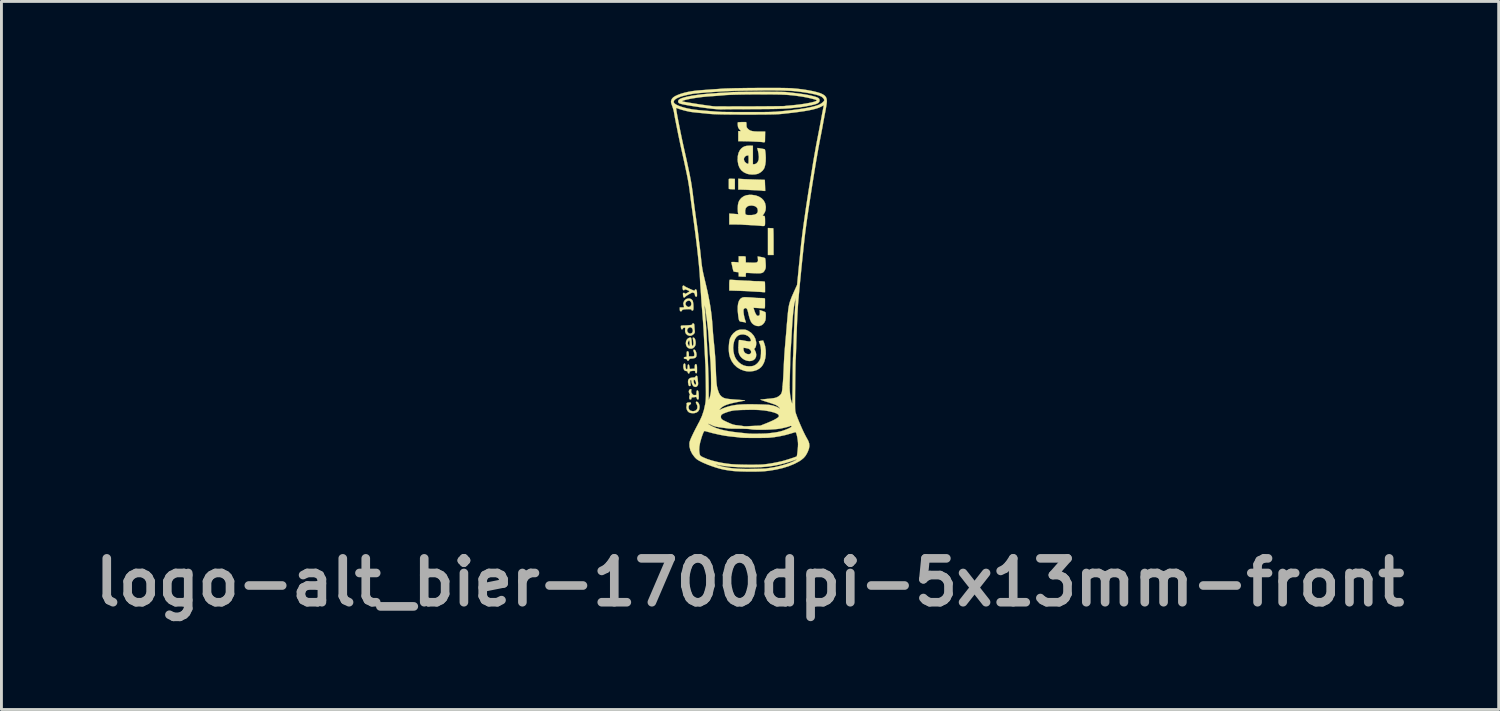
<source format=kicad_pcb>
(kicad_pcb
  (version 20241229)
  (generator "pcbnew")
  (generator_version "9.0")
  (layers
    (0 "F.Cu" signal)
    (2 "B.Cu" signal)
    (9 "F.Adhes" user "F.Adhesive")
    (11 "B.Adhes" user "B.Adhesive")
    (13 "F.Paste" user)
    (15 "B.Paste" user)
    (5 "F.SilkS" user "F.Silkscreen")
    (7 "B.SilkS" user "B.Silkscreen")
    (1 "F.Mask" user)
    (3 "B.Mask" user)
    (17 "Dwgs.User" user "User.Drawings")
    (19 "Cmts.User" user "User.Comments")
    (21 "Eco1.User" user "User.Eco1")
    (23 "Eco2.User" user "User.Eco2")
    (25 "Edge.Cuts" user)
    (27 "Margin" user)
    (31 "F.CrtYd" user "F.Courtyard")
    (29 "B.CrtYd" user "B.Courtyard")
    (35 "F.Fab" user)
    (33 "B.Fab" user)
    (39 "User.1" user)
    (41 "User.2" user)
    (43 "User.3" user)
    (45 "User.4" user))
  (footprint "logo-alt_bier-1700dpi-5x13mm-front"
    (layer "F.Cu")
    (at 22.962 6.661)
    (property "Reference" "logo-alt_bier-1700dpi-5x13mm-front" (at 0.05 10.525 0) (layer "F.Fab") (effects (font (size 1.524 1.524) (thickness 0.3))))
    (attr through_hole)
    (fp_poly (pts (xy 0.758 -1.784) (xy 0.807 -1.782) (xy 0.843 -1.78) (xy 0.855 -1.779) (xy 0.858 -1.765) (xy 0.861 -1.724) (xy 0.863 -1.66) (xy 0.865 -1.577) (xy 0.866 -1.479) (xy 0.867 -1.369) (xy 0.867 -1.315) (xy 0.867 -0.852) (xy 0.672 -0.852) (xy 0.672 -1.788) (xy 0.758 -1.784)) (stroke (width 0.01) (type solid)) (fill yes) (layer "F.SilkS"))
    (fp_poly (pts (xy -0.583 -3.499) (xy -0.478 -3.494) (xy -0.478 -3.138) (xy -0.583 -3.138) (xy -0.644 -3.14) (xy -0.678 -3.146) (xy -0.688 -3.156) (xy -0.688 -3.186) (xy -0.689 -3.236) (xy -0.689 -3.296) (xy -0.689 -3.359) (xy -0.689 -3.416) (xy -0.689 -3.46) (xy -0.688 -3.481) (xy -0.682 -3.493) (xy -0.662 -3.499) (xy -0.621 -3.5) (xy -0.583 -3.499)) (stroke (width 0.01) (type solid)) (fill yes) (layer "F.SilkS"))
    (fp_poly (pts (xy -0.22 -3.491) (xy -0.162 -3.487) (xy -0.081 -3.484) (xy 0.015 -3.48) (xy 0.12 -3.476) (xy 0.226 -3.472) (xy 0.239 -3.472) (xy 0.334 -3.469) (xy 0.417 -3.467) (xy 0.486 -3.464) (xy 0.535 -3.462) (xy 0.56 -3.461) (xy 0.562 -3.461) (xy 0.564 -3.446) (xy 0.566 -3.407) (xy 0.568 -3.35) (xy 0.57 -3.279) (xy 0.571 -3.268) (xy 0.577 -3.078) (xy 0.53 -3.078) (xy 0.495 -3.08) (xy 0.476 -3.085) (xy 0.476 -3.085) (xy 0.46 -3.088) (xy 0.419 -3.091) (xy 0.358 -3.095) (xy 0.284 -3.099) (xy 0.246 -3.101) (xy 0.16 -3.105) (xy 0.078 -3.108) (xy 0.009 -3.112) (xy -0.042 -3.115) (xy -0.052 -3.115) (xy -0.106 -3.118) (xy -0.175 -3.12) (xy -0.243 -3.122) (xy -0.359 -3.123) (xy -0.359 -3.5) (xy -0.22 -3.491)) (stroke (width 0.01) (type solid)) (fill yes) (layer "F.SilkS"))
    (fp_poly (pts (xy -1.797 4.246) (xy -1.763 4.266) (xy -1.733 4.308) (xy -1.712 4.363) (xy -1.703 4.423) (xy -1.703 4.426) (xy -1.714 4.511) (xy -1.747 4.575) (xy -1.802 4.619) (xy -1.878 4.643) (xy -1.935 4.647) (xy -2.011 4.64) (xy -2.067 4.62) (xy -2.071 4.618) (xy -2.116 4.576) (xy -2.147 4.517) (xy -2.161 4.452) (xy -2.156 4.401) (xy -2.149 4.362) (xy -2.152 4.333) (xy -2.153 4.331) (xy -2.156 4.305) (xy -2.135 4.285) (xy -2.091 4.274) (xy -2.068 4.273) (xy -2.026 4.275) (xy -2.007 4.284) (xy -2.002 4.302) (xy -2.002 4.303) (xy -2.016 4.333) (xy -2.038 4.347) (xy -2.07 4.373) (xy -2.085 4.415) (xy -2.085 4.464) (xy -2.07 4.511) (xy -2.039 4.547) (xy -2.027 4.554) (xy -1.963 4.574) (xy -1.897 4.574) (xy -1.839 4.554) (xy -1.815 4.535) (xy -1.786 4.487) (xy -1.777 4.428) (xy -1.788 4.367) (xy -1.809 4.327) (xy -1.829 4.291) (xy -1.83 4.261) (xy -1.813 4.246) (xy -1.797 4.246)) (stroke (width 0.01) (type solid)) (fill yes) (layer "F.SilkS"))
    (fp_poly (pts (xy -1.863 2.452) (xy -1.84 2.487) (xy -1.821 2.536) (xy -1.81 2.594) (xy -1.809 2.617) (xy -1.816 2.673) (xy -1.841 2.712) (xy -1.887 2.735) (xy -1.958 2.746) (xy -1.962 2.746) (xy -2.015 2.751) (xy -2.046 2.757) (xy -2.06 2.769) (xy -2.065 2.784) (xy -2.078 2.81) (xy -2.102 2.822) (xy -2.125 2.819) (xy -2.136 2.799) (xy -2.137 2.796) (xy -2.143 2.775) (xy -2.167 2.764) (xy -2.193 2.761) (xy -2.231 2.755) (xy -2.247 2.74) (xy -2.249 2.727) (xy -2.241 2.704) (xy -2.213 2.694) (xy -2.2 2.692) (xy -2.152 2.688) (xy -2.152 2.591) (xy -2.15 2.539) (xy -2.146 2.51) (xy -2.136 2.497) (xy -2.123 2.495) (xy -2.098 2.503) (xy -2.084 2.53) (xy -2.077 2.579) (xy -2.077 2.608) (xy -2.077 2.674) (xy -2.003 2.674) (xy -1.955 2.673) (xy -1.917 2.668) (xy -1.906 2.665) (xy -1.888 2.644) (xy -1.884 2.602) (xy -1.893 2.549) (xy -1.905 2.514) (xy -1.919 2.471) (xy -1.914 2.446) (xy -1.912 2.444) (xy -1.889 2.436) (xy -1.863 2.452)) (stroke (width 0.01) (type solid)) (fill yes) (layer "F.SilkS"))
    (fp_poly (pts (xy -2.002 2.027) (xy -1.99 2.06) (xy -1.983 2.118) (xy -1.979 2.166) (xy -1.973 2.229) (xy -1.967 2.279) (xy -1.96 2.309) (xy -1.956 2.316) (xy -1.94 2.304) (xy -1.926 2.284) (xy -1.917 2.246) (xy -1.918 2.187) (xy -1.93 2.102) (xy -1.936 2.064) (xy -1.941 2.031) (xy -1.934 2.019) (xy -1.911 2.02) (xy -1.882 2.038) (xy -1.859 2.081) (xy -1.844 2.145) (xy -1.839 2.208) (xy -1.849 2.283) (xy -1.881 2.342) (xy -1.928 2.384) (xy -1.987 2.404) (xy -2.052 2.4) (xy -2.095 2.382) (xy -2.142 2.341) (xy -2.171 2.284) (xy -2.182 2.219) (xy -2.179 2.198) (xy -2.113 2.198) (xy -2.112 2.23) (xy -2.1 2.264) (xy -2.08 2.303) (xy -2.064 2.314) (xy -2.053 2.295) (xy -2.047 2.248) (xy -2.047 2.22) (xy -2.05 2.158) (xy -2.059 2.123) (xy -2.072 2.115) (xy -2.09 2.136) (xy -2.1 2.158) (xy -2.113 2.198) (xy -2.179 2.198) (xy -2.174 2.153) (xy -2.149 2.093) (xy -2.107 2.048) (xy -2.092 2.04) (xy -2.05 2.02) (xy -2.021 2.015) (xy -2.002 2.027)) (stroke (width 0.01) (type solid)) (fill yes) (layer "F.SilkS"))
    (fp_poly (pts (xy -1.994 3.814) (xy -1.989 3.832) (xy -1.994 3.863) (xy -1.997 3.904) (xy -1.985 3.939) (xy -1.964 3.969) (xy -1.935 4.002) (xy -1.907 4.016) (xy -1.87 4.016) (xy -1.815 4.012) (xy -1.811 3.933) (xy -1.806 3.886) (xy -1.798 3.862) (xy -1.783 3.855) (xy -1.779 3.855) (xy -1.76 3.865) (xy -1.746 3.898) (xy -1.737 3.956) (xy -1.734 4.04) (xy -1.733 4.068) (xy -1.734 4.121) (xy -1.738 4.152) (xy -1.747 4.165) (xy -1.762 4.169) (xy -1.763 4.169) (xy -1.788 4.159) (xy -1.802 4.125) (xy -1.803 4.122) (xy -1.812 4.091) (xy -1.83 4.081) (xy -1.857 4.085) (xy -1.906 4.092) (xy -1.944 4.094) (xy -1.975 4.098) (xy -1.986 4.117) (xy -1.987 4.131) (xy -1.995 4.161) (xy -2.015 4.169) (xy -2.043 4.164) (xy -2.052 4.159) (xy -2.06 4.136) (xy -2.062 4.099) (xy -2.059 4.059) (xy -2.052 4.027) (xy -2.044 4.016) (xy -2.036 4.003) (xy -2.051 3.975) (xy -2.052 3.974) (xy -2.073 3.926) (xy -2.077 3.878) (xy -2.063 3.839) (xy -2.034 3.814) (xy -2.012 3.81) (xy -1.994 3.814)) (stroke (width 0.01) (type solid)) (fill yes) (layer "F.SilkS"))
    (fp_poly (pts (xy -0.591 0.012) (xy -0.535 0.016) (xy -0.52 0.017) (xy -0.461 0.021) (xy -0.382 0.026) (xy -0.29 0.031) (xy -0.196 0.036) (xy -0.159 0.038) (xy -0.073 0.042) (xy 0.005 0.045) (xy 0.069 0.049) (xy 0.113 0.052) (xy 0.127 0.053) (xy 0.159 0.056) (xy 0.213 0.058) (xy 0.283 0.06) (xy 0.359 0.061) (xy 0.363 0.061) (xy 0.435 0.063) (xy 0.497 0.067) (xy 0.541 0.072) (xy 0.562 0.077) (xy 0.562 0.078) (xy 0.566 0.098) (xy 0.569 0.141) (xy 0.57 0.201) (xy 0.571 0.266) (xy 0.571 0.441) (xy 0.532 0.442) (xy 0.502 0.442) (xy 0.489 0.439) (xy 0.474 0.437) (xy 0.434 0.434) (xy 0.375 0.43) (xy 0.302 0.427) (xy 0.276 0.425) (xy 0.197 0.421) (xy 0.126 0.417) (xy 0.07 0.414) (xy 0.035 0.411) (xy 0.031 0.41) (xy 0.005 0.408) (xy -0.045 0.405) (xy -0.115 0.402) (xy -0.201 0.399) (xy -0.297 0.395) (xy -0.339 0.394) (xy -0.672 0.384) (xy -0.672 0.201) (xy -0.671 0.113) (xy -0.667 0.052) (xy -0.661 0.018) (xy -0.656 0.012) (xy -0.634 0.011) (xy -0.591 0.012)) (stroke (width 0.01) (type solid)) (fill yes) (layer "F.SilkS"))
    (fp_poly (pts (xy -0.106 -5.47) (xy -0.101 -5.47) (xy -0.086 -5.464) (xy -0.078 -5.446) (xy -0.075 -5.407) (xy -0.075 -5.377) (xy -0.073 -5.324) (xy -0.066 -5.29) (xy -0.048 -5.261) (xy -0.019 -5.23) (xy 0.02 -5.197) (xy 0.065 -5.173) (xy 0.121 -5.157) (xy 0.193 -5.146) (xy 0.286 -5.141) (xy 0.385 -5.14) (xy 0.575 -5.14) (xy 0.572 -4.987) (xy 0.571 -4.918) (xy 0.57 -4.858) (xy 0.569 -4.815) (xy 0.569 -4.8) (xy 0.56 -4.773) (xy 0.533 -4.766) (xy 0.503 -4.769) (xy 0.492 -4.772) (xy 0.475 -4.775) (xy 0.433 -4.779) (xy 0.372 -4.783) (xy 0.295 -4.787) (xy 0.208 -4.791) (xy 0.116 -4.795) (xy 0.023 -4.799) (xy -0.065 -4.801) (xy -0.143 -4.803) (xy -0.205 -4.804) (xy -0.359 -4.804) (xy -0.359 -4.979) (xy -0.359 -5.155) (xy -0.263 -5.155) (xy -0.302 -5.196) (xy -0.333 -5.234) (xy -0.357 -5.27) (xy -0.358 -5.272) (xy -0.368 -5.303) (xy -0.374 -5.347) (xy -0.378 -5.395) (xy -0.378 -5.436) (xy -0.373 -5.459) (xy -0.372 -5.46) (xy -0.356 -5.463) (xy -0.318 -5.465) (xy -0.265 -5.468) (xy -0.208 -5.469) (xy -0.152 -5.47) (xy -0.106 -5.47)) (stroke (width 0.01) (type solid)) (fill yes) (layer "F.SilkS"))
    (fp_poly (pts (xy -1.794 3.351) (xy -1.784 3.368) (xy -1.777 3.403) (xy -1.772 3.44) (xy -1.766 3.502) (xy -1.759 3.562) (xy -1.755 3.594) (xy -1.757 3.651) (xy -1.778 3.697) (xy -1.813 3.726) (xy -1.856 3.735) (xy -1.9 3.721) (xy -1.925 3.7) (xy -1.959 3.647) (xy -1.981 3.578) (xy -1.987 3.523) (xy -1.99 3.506) (xy -1.912 3.506) (xy -1.909 3.547) (xy -1.909 3.549) (xy -1.898 3.6) (xy -1.88 3.637) (xy -1.861 3.657) (xy -1.842 3.657) (xy -1.828 3.633) (xy -1.826 3.62) (xy -1.828 3.582) (xy -1.842 3.54) (xy -1.862 3.503) (xy -1.885 3.483) (xy -1.891 3.481) (xy -1.906 3.486) (xy -1.912 3.506) (xy -1.99 3.506) (xy -1.991 3.494) (xy -2.006 3.49) (xy -2.011 3.492) (xy -2.026 3.503) (xy -2.03 3.529) (xy -2.026 3.569) (xy -2.02 3.618) (xy -2.015 3.658) (xy -2.013 3.668) (xy -2.02 3.694) (xy -2.042 3.703) (xy -2.066 3.7) (xy -2.081 3.68) (xy -2.091 3.65) (xy -2.106 3.564) (xy -2.099 3.497) (xy -2.068 3.449) (xy -2.014 3.419) (xy -1.937 3.407) (xy -1.919 3.407) (xy -1.877 3.404) (xy -1.856 3.392) (xy -1.848 3.377) (xy -1.829 3.352) (xy -1.811 3.347) (xy -1.794 3.351)) (stroke (width 0.01) (type solid)) (fill yes) (layer "F.SilkS"))
    (fp_poly (pts (xy -2.21 2.926) (xy -2.199 2.959) (xy -2.196 2.998) (xy -2.191 3.06) (xy -2.174 3.103) (xy -2.15 3.122) (xy -2.144 3.123) (xy -2.131 3.113) (xy -2.122 3.08) (xy -2.119 3.037) (xy -2.114 2.985) (xy -2.105 2.958) (xy -2.092 2.951) (xy -2.075 2.964) (xy -2.061 3.003) (xy -2.056 3.03) (xy -2.043 3.109) (xy -1.959 3.105) (xy -1.875 3.1) (xy -1.871 3.022) (xy -1.866 2.975) (xy -1.858 2.951) (xy -1.842 2.944) (xy -1.839 2.943) (xy -1.819 2.948) (xy -1.806 2.963) (xy -1.798 2.995) (xy -1.794 3.047) (xy -1.793 3.124) (xy -1.793 3.187) (xy -1.796 3.227) (xy -1.801 3.248) (xy -1.811 3.256) (xy -1.823 3.257) (xy -1.846 3.248) (xy -1.853 3.221) (xy -1.855 3.193) (xy -1.868 3.178) (xy -1.896 3.173) (xy -1.946 3.176) (xy -1.961 3.178) (xy -2.009 3.184) (xy -2.035 3.193) (xy -2.047 3.208) (xy -2.05 3.225) (xy -2.062 3.26) (xy -2.083 3.269) (xy -2.104 3.254) (xy -2.114 3.228) (xy -2.126 3.195) (xy -2.15 3.183) (xy -2.165 3.182) (xy -2.207 3.172) (xy -2.234 3.152) (xy -2.254 3.115) (xy -2.266 3.062) (xy -2.269 3.005) (xy -2.261 2.957) (xy -2.252 2.937) (xy -2.228 2.918) (xy -2.21 2.926)) (stroke (width 0.01) (type solid)) (fill yes) (layer "F.SilkS"))
    (fp_poly (pts (xy -2.041 0.664) (xy -1.986 0.69) (xy -1.948 0.73) (xy -1.936 0.762) (xy -1.927 0.813) (xy -1.92 0.875) (xy -1.917 0.94) (xy -1.917 1.001) (xy -1.922 1.047) (xy -1.93 1.071) (xy -1.954 1.082) (xy -1.978 1.073) (xy -1.987 1.052) (xy -1.995 1.04) (xy -2.023 1.033) (xy -2.076 1.031) (xy -2.082 1.031) (xy -2.182 1.034) (xy -2.254 1.041) (xy -2.298 1.055) (xy -2.315 1.074) (xy -2.316 1.078) (xy -2.328 1.099) (xy -2.354 1.107) (xy -2.38 1.096) (xy -2.381 1.096) (xy -2.387 1.076) (xy -2.39 1.038) (xy -2.391 1.028) (xy -2.391 0.971) (xy -2.314 0.971) (xy -2.27 0.97) (xy -2.248 0.965) (xy -2.244 0.953) (xy -2.247 0.938) (xy -2.262 0.877) (xy -2.265 0.844) (xy -2.196 0.844) (xy -2.183 0.887) (xy -2.151 0.926) (xy -2.11 0.952) (xy -2.085 0.956) (xy -2.046 0.946) (xy -2.017 0.926) (xy -1.994 0.884) (xy -1.99 0.832) (xy -2.005 0.782) (xy -2.037 0.744) (xy -2.038 0.744) (xy -2.078 0.733) (xy -2.122 0.744) (xy -2.162 0.771) (xy -2.189 0.811) (xy -2.196 0.844) (xy -2.265 0.844) (xy -2.266 0.832) (xy -2.259 0.793) (xy -2.251 0.772) (xy -2.214 0.716) (xy -2.162 0.678) (xy -2.102 0.661) (xy -2.041 0.664)) (stroke (width 0.01) (type solid)) (fill yes) (layer "F.SilkS"))
    (fp_poly (pts (xy -1.903 1.534) (xy -1.892 1.553) (xy -1.886 1.591) (xy -1.885 1.606) (xy -1.881 1.667) (xy -1.876 1.735) (xy -1.873 1.767) (xy -1.869 1.817) (xy -1.873 1.849) (xy -1.889 1.875) (xy -1.917 1.905) (xy -1.976 1.946) (xy -2.04 1.958) (xy -2.107 1.94) (xy -2.131 1.927) (xy -2.181 1.879) (xy -2.206 1.815) (xy -2.206 1.767) (xy -2.137 1.767) (xy -2.125 1.818) (xy -2.096 1.856) (xy -2.055 1.877) (xy -2.011 1.879) (xy -1.97 1.858) (xy -1.964 1.852) (xy -1.941 1.809) (xy -1.939 1.759) (xy -1.953 1.713) (xy -1.982 1.676) (xy -2.023 1.659) (xy -2.032 1.658) (xy -2.074 1.672) (xy -2.112 1.705) (xy -2.134 1.748) (xy -2.137 1.767) (xy -2.206 1.767) (xy -2.206 1.74) (xy -2.202 1.699) (xy -2.205 1.68) (xy -2.221 1.674) (xy -2.235 1.673) (xy -2.27 1.684) (xy -2.282 1.703) (xy -2.299 1.728) (xy -2.316 1.733) (xy -2.336 1.724) (xy -2.347 1.692) (xy -2.35 1.677) (xy -2.353 1.638) (xy -2.351 1.612) (xy -2.35 1.61) (xy -2.333 1.604) (xy -2.296 1.6) (xy -2.265 1.599) (xy -2.209 1.597) (xy -2.138 1.594) (xy -2.072 1.589) (xy -2.013 1.583) (xy -1.979 1.577) (xy -1.962 1.567) (xy -1.957 1.553) (xy -1.957 1.551) (xy -1.949 1.529) (xy -1.924 1.527) (xy -1.903 1.534)) (stroke (width 0.01) (type solid)) (fill yes) (layer "F.SilkS"))
    (fp_poly (pts (xy -2.246 0.214) (xy -2.231 0.23) (xy -2.214 0.242) (xy -2.176 0.263) (xy -2.123 0.289) (xy -2.063 0.317) (xy -2.003 0.344) (xy -1.948 0.367) (xy -1.906 0.383) (xy -1.883 0.388) (xy -1.869 0.376) (xy -1.868 0.366) (xy -1.855 0.348) (xy -1.84 0.344) (xy -1.818 0.355) (xy -1.803 0.389) (xy -1.795 0.449) (xy -1.793 0.518) (xy -1.794 0.565) (xy -1.799 0.589) (xy -1.811 0.596) (xy -1.827 0.595) (xy -1.85 0.585) (xy -1.862 0.559) (xy -1.865 0.536) (xy -1.873 0.495) (xy -1.895 0.472) (xy -1.913 0.463) (xy -1.935 0.456) (xy -1.958 0.456) (xy -1.986 0.466) (xy -2.028 0.487) (xy -2.078 0.516) (xy -2.131 0.549) (xy -2.175 0.579) (xy -2.202 0.601) (xy -2.207 0.607) (xy -2.226 0.625) (xy -2.241 0.628) (xy -2.259 0.619) (xy -2.271 0.591) (xy -2.276 0.559) (xy -2.28 0.515) (xy -2.28 0.484) (xy -2.278 0.477) (xy -2.256 0.464) (xy -2.229 0.47) (xy -2.217 0.485) (xy -2.207 0.496) (xy -2.188 0.493) (xy -2.152 0.475) (xy -2.139 0.468) (xy -2.089 0.439) (xy -2.063 0.419) (xy -2.061 0.404) (xy -2.082 0.39) (xy -2.114 0.375) (xy -2.174 0.352) (xy -2.211 0.345) (xy -2.226 0.354) (xy -2.226 0.359) (xy -2.239 0.371) (xy -2.254 0.374) (xy -2.275 0.365) (xy -2.288 0.336) (xy -2.292 0.315) (xy -2.295 0.271) (xy -2.293 0.237) (xy -2.292 0.233) (xy -2.272 0.212) (xy -2.246 0.214)) (stroke (width 0.01) (type solid)) (fill yes) (layer "F.SilkS"))
    (fp_poly (pts (xy -0.158 -0.805) (xy -0.119 -0.8) (xy -0.103 -0.79) (xy -0.103 -0.788) (xy -0.102 -0.764) (xy -0.1 -0.72) (xy -0.099 -0.68) (xy -0.097 -0.59) (xy 0.087 -0.585) (xy 0.166 -0.584) (xy 0.221 -0.585) (xy 0.258 -0.588) (xy 0.282 -0.595) (xy 0.299 -0.605) (xy 0.302 -0.608) (xy 0.319 -0.628) (xy 0.326 -0.655) (xy 0.325 -0.698) (xy 0.323 -0.718) (xy 0.315 -0.801) (xy 0.441 -0.779) (xy 0.514 -0.764) (xy 0.559 -0.748) (xy 0.576 -0.733) (xy 0.581 -0.709) (xy 0.586 -0.663) (xy 0.59 -0.601) (xy 0.593 -0.553) (xy 0.596 -0.48) (xy 0.595 -0.429) (xy 0.59 -0.392) (xy 0.581 -0.361) (xy 0.565 -0.329) (xy 0.54 -0.286) (xy 0.513 -0.254) (xy 0.478 -0.233) (xy 0.431 -0.22) (xy 0.368 -0.214) (xy 0.283 -0.214) (xy 0.202 -0.217) (xy 0.12 -0.221) (xy 0.046 -0.224) (xy -0.013 -0.227) (xy -0.051 -0.229) (xy -0.06 -0.229) (xy -0.083 -0.228) (xy -0.094 -0.215) (xy -0.098 -0.183) (xy -0.099 -0.164) (xy -0.1 -0.097) (xy -0.158 -0.097) (xy -0.214 -0.098) (xy -0.273 -0.101) (xy -0.28 -0.102) (xy -0.344 -0.106) (xy -0.344 -0.18) (xy -0.346 -0.225) (xy -0.353 -0.248) (xy -0.369 -0.255) (xy -0.37 -0.255) (xy -0.413 -0.258) (xy -0.461 -0.264) (xy -0.501 -0.273) (xy -0.523 -0.281) (xy -0.524 -0.282) (xy -0.53 -0.299) (xy -0.541 -0.337) (xy -0.554 -0.39) (xy -0.567 -0.45) (xy -0.58 -0.508) (xy -0.591 -0.559) (xy -0.597 -0.593) (xy -0.598 -0.602) (xy -0.584 -0.606) (xy -0.547 -0.607) (xy -0.494 -0.606) (xy -0.471 -0.604) (xy -0.344 -0.595) (xy -0.344 -0.807) (xy -0.224 -0.807) (xy -0.158 -0.805)) (stroke (width 0.01) (type solid)) (fill yes) (layer "F.SilkS"))
    (fp_poly (pts (xy 0.101 -4.648) (xy 0.149 -4.647) (xy 0.149 -4.004) (xy 0.192 -4.004) (xy 0.235 -4.014) (xy 0.273 -4.034) (xy 0.321 -4.089) (xy 0.349 -4.163) (xy 0.357 -4.257) (xy 0.345 -4.372) (xy 0.33 -4.445) (xy 0.317 -4.5) (xy 0.308 -4.543) (xy 0.305 -4.566) (xy 0.305 -4.568) (xy 0.32 -4.567) (xy 0.356 -4.562) (xy 0.405 -4.554) (xy 0.459 -4.545) (xy 0.508 -4.536) (xy 0.546 -4.528) (xy 0.562 -4.523) (xy 0.562 -4.523) (xy 0.571 -4.5) (xy 0.579 -4.455) (xy 0.587 -4.393) (xy 0.593 -4.321) (xy 0.596 -4.246) (xy 0.597 -4.237) (xy 0.594 -4.108) (xy 0.58 -3.994) (xy 0.556 -3.899) (xy 0.537 -3.854) (xy 0.491 -3.788) (xy 0.425 -3.729) (xy 0.35 -3.684) (xy 0.308 -3.668) (xy 0.221 -3.651) (xy 0.121 -3.647) (xy 0.023 -3.655) (xy -0.055 -3.673) (xy -0.165 -3.724) (xy -0.251 -3.792) (xy -0.314 -3.878) (xy -0.357 -3.985) (xy -0.378 -4.112) (xy -0.38 -4.146) (xy -0.38 -4.16) (xy -0.164 -4.16) (xy -0.141 -4.103) (xy -0.114 -4.07) (xy -0.077 -4.04) (xy -0.043 -4.021) (xy -0.031 -4.019) (xy -0.017 -4.021) (xy -0.008 -4.03) (xy -0.003 -4.051) (xy -0.001 -4.09) (xy -0.00001 -4.153) (xy 0 -4.17) (xy -0.001 -4.239) (xy -0.003 -4.282) (xy -0.007 -4.306) (xy -0.015 -4.314) (xy -0.024 -4.312) (xy -0.058 -4.304) (xy -0.069 -4.303) (xy -0.094 -4.293) (xy -0.125 -4.269) (xy -0.128 -4.266) (xy -0.16 -4.216) (xy -0.164 -4.16) (xy -0.38 -4.16) (xy -0.376 -4.283) (xy -0.349 -4.4) (xy -0.3 -4.496) (xy -0.252 -4.553) (xy -0.197 -4.596) (xy -0.138 -4.626) (xy -0.066 -4.643) (xy 0.023 -4.649) (xy 0.101 -4.648)) (stroke (width 0.01) (type solid)) (fill yes) (layer "F.SilkS"))
    (fp_poly (pts (xy 0.111 -2.94) (xy 0.242 -2.921) (xy 0.355 -2.881) (xy 0.449 -2.823) (xy 0.522 -2.747) (xy 0.571 -2.656) (xy 0.595 -2.55) (xy 0.598 -2.502) (xy 0.589 -2.407) (xy 0.559 -2.326) (xy 0.52 -2.267) (xy 0.496 -2.232) (xy 0.493 -2.213) (xy 0.514 -2.208) (xy 0.533 -2.21) (xy 0.549 -2.207) (xy 0.56 -2.191) (xy 0.567 -2.158) (xy 0.57 -2.103) (xy 0.571 -2.023) (xy 0.571 -2.019) (xy 0.571 -1.949) (xy 0.568 -1.901) (xy 0.558 -1.873) (xy 0.536 -1.859) (xy 0.497 -1.857) (xy 0.436 -1.862) (xy 0.381 -1.868) (xy 0.322 -1.873) (xy 0.242 -1.879) (xy 0.151 -1.884) (xy 0.057 -1.889) (xy 0.03 -1.891) (xy -0.052 -1.895) (xy -0.124 -1.898) (xy -0.18 -1.902) (xy -0.216 -1.905) (xy -0.224 -1.906) (xy -0.247 -1.907) (xy -0.293 -1.909) (xy -0.357 -1.91) (xy -0.433 -1.911) (xy -0.459 -1.911) (xy -0.672 -1.912) (xy -0.672 -2.29) (xy -0.514 -2.279) (xy -0.356 -2.268) (xy -0.366 -2.301) (xy -0.371 -2.33) (xy -0.374 -2.373) (xy -0.119 -2.373) (xy -0.117 -2.31) (xy -0.109 -2.272) (xy -0.089 -2.251) (xy -0.053 -2.241) (xy -0.01 -2.238) (xy 0.107 -2.238) (xy 0.198 -2.251) (xy 0.261 -2.276) (xy 0.283 -2.293) (xy 0.31 -2.33) (xy 0.321 -2.375) (xy 0.321 -2.397) (xy 0.308 -2.464) (xy 0.271 -2.516) (xy 0.21 -2.551) (xy 0.129 -2.568) (xy 0.089 -2.57) (xy 0.005 -2.559) (xy -0.057 -2.528) (xy -0.099 -2.476) (xy -0.118 -2.404) (xy -0.119 -2.373) (xy -0.374 -2.373) (xy -0.374 -2.381) (xy -0.377 -2.444) (xy -0.377 -2.479) (xy -0.371 -2.59) (xy -0.352 -2.68) (xy -0.318 -2.753) (xy -0.265 -2.818) (xy -0.242 -2.84) (xy -0.164 -2.894) (xy -0.075 -2.927) (xy 0.03 -2.941) (xy 0.111 -2.94)) (stroke (width 0.01) (type solid)) (fill yes) (layer "F.SilkS"))
    (fp_poly (pts (xy -0.043 0.618) (xy 0.014 0.621) (xy 0.086 0.625) (xy 0.146 0.629) (xy 0.19 0.633) (xy 0.21 0.636) (xy 0.21 0.636) (xy 0.228 0.638) (xy 0.269 0.641) (xy 0.328 0.643) (xy 0.393 0.645) (xy 0.47 0.647) (xy 0.52 0.65) (xy 0.551 0.655) (xy 0.565 0.663) (xy 0.569 0.672) (xy 0.569 0.696) (xy 0.569 0.742) (xy 0.569 0.804) (xy 0.569 0.852) (xy 0.569 0.922) (xy 0.567 0.967) (xy 0.562 0.993) (xy 0.554 1.004) (xy 0.543 1.006) (xy 0.543 1.006) (xy 0.518 1.004) (xy 0.47 1.001) (xy 0.407 0.997) (xy 0.342 0.993) (xy 0.168 0.983) (xy 0.204 1.093) (xy 0.226 1.151) (xy 0.252 1.203) (xy 0.274 1.237) (xy 0.276 1.239) (xy 0.304 1.263) (xy 0.328 1.266) (xy 0.35 1.258) (xy 0.373 1.244) (xy 0.386 1.222) (xy 0.391 1.185) (xy 0.39 1.127) (xy 0.39 1.118) (xy 0.387 1.062) (xy 0.481 1.094) (xy 0.531 1.112) (xy 0.569 1.13) (xy 0.586 1.142) (xy 0.593 1.167) (xy 0.596 1.214) (xy 0.597 1.272) (xy 0.594 1.333) (xy 0.589 1.388) (xy 0.582 1.423) (xy 0.551 1.49) (xy 0.502 1.551) (xy 0.448 1.591) (xy 0.367 1.619) (xy 0.286 1.616) (xy 0.213 1.59) (xy 0.16 1.558) (xy 0.116 1.517) (xy 0.08 1.462) (xy 0.048 1.389) (xy 0.019 1.295) (xy -0.007 1.188) (xy -0.021 1.129) (xy -0.036 1.076) (xy -0.047 1.043) (xy -0.073 1.004) (xy -0.109 0.991) (xy -0.147 1.007) (xy -0.152 1.011) (xy -0.168 1.028) (xy -0.176 1.051) (xy -0.178 1.086) (xy -0.176 1.141) (xy -0.175 1.15) (xy -0.166 1.223) (xy -0.149 1.306) (xy -0.13 1.38) (xy -0.092 1.497) (xy -0.124 1.489) (xy -0.158 1.482) (xy -0.207 1.475) (xy -0.236 1.47) (xy -0.275 1.464) (xy -0.302 1.455) (xy -0.321 1.437) (xy -0.335 1.405) (xy -0.346 1.356) (xy -0.357 1.284) (xy -0.362 1.244) (xy -0.378 1.083) (xy -0.378 0.945) (xy -0.363 0.83) (xy -0.333 0.74) (xy -0.288 0.673) (xy -0.229 0.633) (xy -0.199 0.623) (xy -0.162 0.617) (xy -0.112 0.616) (xy -0.043 0.618)) (stroke (width 0.01) (type solid)) (fill yes) (layer "F.SilkS"))
    (fp_poly (pts (xy -0.153 1.742) (xy -0.106 1.748) (xy -0.065 1.761) (xy -0.016 1.785) (xy -0.002 1.792) (xy 0.099 1.863) (xy 0.178 1.953) (xy 0.233 2.059) (xy 0.262 2.174) (xy 0.264 2.242) (xy 0.256 2.306) (xy 0.238 2.359) (xy 0.213 2.392) (xy 0.211 2.393) (xy 0.195 2.406) (xy 0.194 2.421) (xy 0.209 2.447) (xy 0.218 2.461) (xy 0.251 2.532) (xy 0.265 2.611) (xy 0.257 2.686) (xy 0.254 2.696) (xy 0.22 2.758) (xy 0.166 2.802) (xy 0.098 2.828) (xy 0.021 2.835) (xy -0.061 2.822) (xy -0.143 2.791) (xy -0.219 2.74) (xy -0.241 2.72) (xy -0.288 2.666) (xy -0.322 2.609) (xy -0.344 2.541) (xy -0.355 2.458) (xy -0.355 2.419) (xy -0.179 2.419) (xy -0.172 2.468) (xy -0.156 2.512) (xy -0.122 2.553) (xy -0.074 2.582) (xy -0.02 2.597) (xy 0.03 2.595) (xy 0.066 2.576) (xy 0.088 2.536) (xy 0.085 2.491) (xy 0.06 2.447) (xy 0.017 2.414) (xy -0.023 2.399) (xy -0.077 2.386) (xy -0.102 2.382) (xy -0.179 2.372) (xy -0.179 2.419) (xy -0.355 2.419) (xy -0.356 2.353) (xy -0.354 2.296) (xy -0.35 2.226) (xy -0.345 2.166) (xy -0.339 2.124) (xy -0.333 2.105) (xy -0.314 2.103) (xy -0.272 2.106) (xy -0.213 2.115) (xy -0.171 2.123) (xy -0.075 2.141) (xy -0.004 2.151) (xy 0.044 2.151) (xy 0.072 2.142) (xy 0.082 2.123) (xy 0.077 2.092) (xy 0.072 2.078) (xy 0.032 2.012) (xy -0.029 1.96) (xy -0.104 1.925) (xy -0.187 1.908) (xy -0.271 1.913) (xy -0.351 1.94) (xy -0.358 1.944) (xy -0.42 1.995) (xy -0.47 2.068) (xy -0.506 2.16) (xy -0.528 2.265) (xy -0.536 2.377) (xy -0.528 2.494) (xy -0.504 2.609) (xy -0.469 2.706) (xy -0.417 2.792) (xy -0.345 2.873) (xy -0.261 2.94) (xy -0.173 2.986) (xy -0.172 2.987) (xy -0.085 3.009) (xy 0.012 3.018) (xy 0.108 3.013) (xy 0.166 3.001) (xy 0.238 2.966) (xy 0.306 2.91) (xy 0.364 2.838) (xy 0.384 2.804) (xy 0.403 2.763) (xy 0.415 2.721) (xy 0.423 2.671) (xy 0.428 2.604) (xy 0.43 2.567) (xy 0.431 2.454) (xy 0.423 2.36) (xy 0.405 2.278) (xy 0.378 2.207) (xy 0.364 2.171) (xy 0.359 2.149) (xy 0.36 2.146) (xy 0.377 2.141) (xy 0.414 2.134) (xy 0.435 2.13) (xy 0.504 2.12) (xy 0.534 2.192) (xy 0.573 2.315) (xy 0.594 2.451) (xy 0.597 2.591) (xy 0.581 2.728) (xy 0.548 2.853) (xy 0.516 2.925) (xy 0.478 2.99) (xy 0.44 3.038) (xy 0.389 3.084) (xy 0.37 3.098) (xy 0.286 3.146) (xy 0.182 3.179) (xy 0.069 3.194) (xy -0.047 3.192) (xy -0.145 3.174) (xy -0.285 3.122) (xy -0.406 3.047) (xy -0.509 2.95) (xy -0.59 2.834) (xy -0.648 2.701) (xy -0.676 2.583) (xy -0.686 2.49) (xy -0.689 2.385) (xy -0.684 2.277) (xy -0.674 2.176) (xy -0.657 2.089) (xy -0.644 2.045) (xy -0.594 1.95) (xy -0.524 1.864) (xy -0.44 1.797) (xy -0.413 1.782) (xy -0.365 1.76) (xy -0.319 1.748) (xy -0.263 1.742) (xy -0.217 1.741) (xy -0.153 1.742)) (stroke (width 0.01) (type solid)) (fill yes) (layer "F.SilkS"))
    (fp_poly (pts (xy 0.618 -6.522) (xy 0.758 -6.522) (xy 0.889 -6.521) (xy 1.007 -6.52) (xy 1.11 -6.519) (xy 1.194 -6.517) (xy 1.256 -6.515) (xy 1.292 -6.513) (xy 1.5 -6.49) (xy 1.679 -6.469) (xy 1.831 -6.449) (xy 1.957 -6.43) (xy 2.058 -6.412) (xy 2.107 -6.402) (xy 2.22 -6.375) (xy 2.307 -6.352) (xy 2.371 -6.331) (xy 2.416 -6.31) (xy 2.444 -6.288) (xy 2.459 -6.263) (xy 2.465 -6.233) (xy 2.465 -6.223) (xy 2.46 -6.186) (xy 2.44 -6.154) (xy 2.405 -6.126) (xy 2.35 -6.101) (xy 2.273 -6.077) (xy 2.171 -6.053) (xy 2.097 -6.038) (xy 2.01 -6.021) (xy 1.926 -6.006) (xy 1.853 -5.994) (xy 1.798 -5.987) (xy 1.785 -5.985) (xy 1.728 -5.98) (xy 1.655 -5.972) (xy 1.578 -5.964) (xy 1.554 -5.961) (xy 1.474 -5.953) (xy 1.392 -5.946) (xy 1.305 -5.94) (xy 1.209 -5.935) (xy 1.103 -5.931) (xy 0.984 -5.927) (xy 0.849 -5.924) (xy 0.694 -5.922) (xy 0.519 -5.921) (xy 0.319 -5.919) (xy 0.093 -5.919) (xy 0.054 -5.918) (xy -0.112 -5.918) (xy -0.269 -5.917) (xy -0.416 -5.917) (xy -0.548 -5.916) (xy -0.665 -5.915) (xy -0.763 -5.914) (xy -0.839 -5.913) (xy -0.891 -5.912) (xy -0.916 -5.911) (xy -0.918 -5.911) (xy -0.945 -5.91) (xy -0.994 -5.911) (xy -1.058 -5.914) (xy -1.113 -5.918) (xy -1.208 -5.926) (xy -1.321 -5.939) (xy -1.446 -5.954) (xy -1.579 -5.972) (xy -1.716 -5.991) (xy -1.852 -6.011) (xy -1.982 -6.031) (xy -2.101 -6.051) (xy -2.205 -6.07) (xy -2.29 -6.087) (xy -2.35 -6.102) (xy -2.357 -6.104) (xy -2.405 -6.121) (xy -2.432 -6.139) (xy -2.445 -6.165) (xy -2.445 -6.166) (xy -2.446 -6.194) (xy -2.311 -6.194) (xy -2.292 -6.185) (xy -2.265 -6.178) (xy -2.213 -6.168) (xy -2.139 -6.155) (xy -2.049 -6.14) (xy -1.946 -6.123) (xy -1.835 -6.105) (xy -1.72 -6.087) (xy -1.605 -6.07) (xy -1.495 -6.054) (xy -1.393 -6.04) (xy -1.304 -6.028) (xy -1.233 -6.019) (xy -1.203 -6.016) (xy -1.176 -6.015) (xy -1.122 -6.014) (xy -1.045 -6.013) (xy -0.946 -6.013) (xy -0.83 -6.013) (xy -0.698 -6.012) (xy -0.553 -6.013) (xy -0.398 -6.013) (xy -0.237 -6.013) (xy -0.071 -6.014) (xy 0.097 -6.014) (xy 0.263 -6.015) (xy 0.425 -6.016) (xy 0.581 -6.017) (xy 0.727 -6.018) (xy 0.86 -6.019) (xy 0.978 -6.021) (xy 1.079 -6.022) (xy 1.158 -6.023) (xy 1.215 -6.024) (xy 1.244 -6.026) (xy 1.248 -6.026) (xy 1.284 -6.031) (xy 1.339 -6.037) (xy 1.403 -6.042) (xy 1.412 -6.043) (xy 1.554 -6.056) (xy 1.693 -6.071) (xy 1.827 -6.088) (xy 1.953 -6.107) (xy 2.067 -6.127) (xy 2.167 -6.147) (xy 2.25 -6.167) (xy 2.313 -6.187) (xy 2.354 -6.206) (xy 2.37 -6.223) (xy 2.366 -6.231) (xy 2.345 -6.241) (xy 2.3 -6.256) (xy 2.237 -6.273) (xy 2.161 -6.292) (xy 2.079 -6.311) (xy 1.995 -6.329) (xy 1.915 -6.344) (xy 1.846 -6.356) (xy 1.845 -6.356) (xy 1.725 -6.373) (xy 1.615 -6.388) (xy 1.51 -6.4) (xy 1.407 -6.409) (xy 1.3 -6.417) (xy 1.187 -6.422) (xy 1.062 -6.427) (xy 0.922 -6.429) (xy 0.762 -6.431) (xy 0.578 -6.432) (xy 0.493 -6.432) (xy 0.28 -6.431) (xy 0.076 -6.43) (xy -0.117 -6.428) (xy -0.294 -6.425) (xy -0.454 -6.421) (xy -0.594 -6.417) (xy -0.712 -6.412) (xy -0.805 -6.407) (xy -0.859 -6.402) (xy -0.903 -6.397) (xy -0.959 -6.393) (xy -1.03 -6.387) (xy -1.12 -6.38) (xy -1.233 -6.372) (xy -1.345 -6.365) (xy -1.487 -6.353) (xy -1.632 -6.338) (xy -1.776 -6.319) (xy -1.912 -6.298) (xy -2.038 -6.276) (xy -2.147 -6.253) (xy -2.234 -6.23) (xy -2.279 -6.215) (xy -2.308 -6.202) (xy -2.311 -6.194) (xy -2.446 -6.194) (xy -2.447 -6.204) (xy -2.431 -6.237) (xy -2.394 -6.267) (xy -2.334 -6.295) (xy -2.248 -6.323) (xy -2.174 -6.343) (xy -2.064 -6.367) (xy -1.931 -6.391) (xy -1.782 -6.413) (xy -1.625 -6.433) (xy -1.466 -6.449) (xy -1.313 -6.461) (xy -1.277 -6.463) (xy -1.207 -6.467) (xy -1.149 -6.472) (xy -1.108 -6.475) (xy -1.09 -6.478) (xy -1.09 -6.478) (xy -1.074 -6.48) (xy -1.032 -6.483) (xy -0.972 -6.486) (xy -0.898 -6.49) (xy -0.859 -6.492) (xy -0.777 -6.496) (xy -0.703 -6.5) (xy -0.644 -6.505) (xy -0.606 -6.508) (xy -0.598 -6.51) (xy -0.572 -6.512) (xy -0.519 -6.514) (xy -0.443 -6.516) (xy -0.346 -6.518) (xy -0.233 -6.519) (xy -0.106 -6.52) (xy 0.031 -6.521) (xy 0.175 -6.522) (xy 0.323 -6.522) (xy 0.472 -6.523) (xy 0.618 -6.522)) (stroke (width 0.01) (type solid)) (fill yes) (layer "F.SilkS"))
    (fp_poly (pts (xy 0.911 -6.656) (xy 1.062 -6.655) (xy 1.198 -6.653) (xy 1.316 -6.651) (xy 1.413 -6.648) (xy 1.485 -6.645) (xy 1.494 -6.645) (xy 1.695 -6.627) (xy 1.893 -6.603) (xy 2.083 -6.573) (xy 2.257 -6.538) (xy 2.377 -6.508) (xy 2.493 -6.472) (xy 2.581 -6.432) (xy 2.646 -6.387) (xy 2.688 -6.335) (xy 2.712 -6.272) (xy 2.719 -6.196) (xy 2.719 -6.195) (xy 2.716 -6.155) (xy 2.708 -6.091) (xy 2.696 -6.011) (xy 2.681 -5.919) (xy 2.663 -5.822) (xy 2.66 -5.809) (xy 2.64 -5.706) (xy 2.621 -5.603) (xy 2.603 -5.507) (xy 2.588 -5.424) (xy 2.577 -5.364) (xy 2.577 -5.364) (xy 2.567 -5.306) (xy 2.552 -5.226) (xy 2.533 -5.13) (xy 2.513 -5.025) (xy 2.492 -4.917) (xy 2.486 -4.886) (xy 2.458 -4.741) (xy 2.426 -4.57) (xy 2.392 -4.376) (xy 2.355 -4.164) (xy 2.317 -3.937) (xy 2.278 -3.698) (xy 2.238 -3.452) (xy 2.198 -3.202) (xy 2.159 -2.951) (xy 2.121 -2.703) (xy 2.084 -2.462) (xy 2.05 -2.232) (xy 2.019 -2.016) (xy 1.992 -1.817) (xy 1.969 -1.64) (xy 1.965 -1.614) (xy 1.955 -1.526) (xy 1.942 -1.413) (xy 1.927 -1.277) (xy 1.91 -1.124) (xy 1.893 -0.957) (xy 1.874 -0.78) (xy 1.855 -0.596) (xy 1.836 -0.411) (xy 1.818 -0.227) (xy 1.801 -0.048) (xy 1.784 0.12) (xy 1.77 0.276) (xy 1.763 0.344) (xy 1.754 0.446) (xy 1.745 0.542) (xy 1.738 0.628) (xy 1.731 0.697) (xy 1.727 0.744) (xy 1.726 0.755) (xy 1.722 0.804) (xy 1.717 0.872) (xy 1.712 0.945) (xy 1.711 0.971) (xy 1.706 1.051) (xy 1.701 1.136) (xy 1.697 1.21) (xy 1.696 1.225) (xy 1.693 1.282) (xy 1.689 1.36) (xy 1.685 1.449) (xy 1.682 1.54) (xy 1.681 1.561) (xy 1.677 1.66) (xy 1.673 1.768) (xy 1.669 1.872) (xy 1.666 1.959) (xy 1.666 1.965) (xy 1.663 2.039) (xy 1.66 2.135) (xy 1.656 2.243) (xy 1.653 2.354) (xy 1.65 2.443) (xy 1.647 2.538) (xy 1.643 2.626) (xy 1.64 2.702) (xy 1.637 2.759) (xy 1.634 2.792) (xy 1.634 2.794) (xy 1.632 2.818) (xy 1.631 2.87) (xy 1.629 2.945) (xy 1.627 3.042) (xy 1.625 3.157) (xy 1.623 3.288) (xy 1.621 3.431) (xy 1.619 3.584) (xy 1.618 3.698) (xy 1.616 3.879) (xy 1.615 4.033) (xy 1.614 4.163) (xy 1.614 4.27) (xy 1.614 4.357) (xy 1.615 4.427) (xy 1.616 4.483) (xy 1.618 4.527) (xy 1.621 4.561) (xy 1.625 4.588) (xy 1.63 4.611) (xy 1.636 4.633) (xy 1.64 4.647) (xy 1.669 4.731) (xy 1.708 4.834) (xy 1.755 4.948) (xy 1.806 5.068) (xy 1.859 5.188) (xy 1.912 5.302) (xy 1.962 5.403) (xy 2.006 5.486) (xy 2.028 5.524) (xy 2.078 5.617) (xy 2.106 5.703) (xy 2.112 5.787) (xy 2.097 5.876) (xy 2.06 5.976) (xy 2.031 6.036) (xy 1.979 6.125) (xy 1.916 6.199) (xy 1.836 6.266) (xy 1.76 6.317) (xy 1.591 6.407) (xy 1.398 6.486) (xy 1.184 6.552) (xy 0.952 6.606) (xy 0.706 6.646) (xy 0.538 6.664) (xy 0.435 6.67) (xy 0.31 6.674) (xy 0.17 6.676) (xy 0.021 6.676) (xy -0.128 6.674) (xy -0.272 6.67) (xy -0.401 6.664) (xy -0.51 6.657) (xy -0.53 6.655) (xy -0.623 6.644) (xy -0.723 6.63) (xy -0.817 6.615) (xy -0.88 6.603) (xy -1.001 6.574) (xy -1.138 6.534) (xy -1.283 6.485) (xy -1.426 6.432) (xy -1.431 6.429) (xy -1.145 6.429) (xy -1.136 6.436) (xy -1.103 6.448) (xy -1.052 6.464) (xy -0.99 6.481) (xy -0.923 6.498) (xy -0.855 6.513) (xy -0.814 6.521) (xy -0.688 6.543) (xy -0.559 6.56) (xy -0.422 6.572) (xy -0.272 6.579) (xy -0.104 6.583) (xy 0.088 6.582) (xy 0.134 6.581) (xy 0.247 6.579) (xy 0.351 6.577) (xy 0.443 6.575) (xy 0.519 6.572) (xy 0.573 6.57) (xy 0.603 6.568) (xy 0.605 6.568) (xy 0.641 6.562) (xy 0.697 6.554) (xy 0.759 6.545) (xy 0.769 6.544) (xy 0.89 6.523) (xy 1.019 6.495) (xy 1.151 6.461) (xy 1.281 6.423) (xy 1.402 6.383) (xy 1.51 6.342) (xy 1.598 6.302) (xy 1.644 6.275) (xy 1.669 6.258) (xy 1.673 6.251) (xy 1.666 6.253) (xy 1.441 6.33) (xy 1.233 6.392) (xy 1.036 6.441) (xy 0.841 6.478) (xy 0.643 6.504) (xy 0.434 6.521) (xy 0.208 6.529) (xy 0.037 6.531) (xy -0.169 6.528) (xy -0.366 6.521) (xy -0.551 6.511) (xy -0.717 6.497) (xy -0.863 6.479) (xy -0.984 6.458) (xy -1.003 6.454) (xy -1.063 6.442) (xy -1.111 6.433) (xy -1.14 6.429) (xy -1.145 6.429) (xy -1.431 6.429) (xy -1.558 6.377) (xy -1.636 6.34) (xy -1.712 6.301) (xy -1.768 6.268) (xy -1.811 6.237) (xy -1.85 6.2) (xy -1.881 6.166) (xy -1.965 6.051) (xy -2.023 5.93) (xy -2.024 5.927) (xy -1.718 5.927) (xy -1.707 6.034) (xy -1.701 6.061) (xy -1.692 6.094) (xy -1.679 6.118) (xy -1.658 6.137) (xy -1.621 6.159) (xy -1.564 6.187) (xy -1.563 6.187) (xy -1.435 6.24) (xy -1.285 6.289) (xy -1.117 6.333) (xy -0.939 6.37) (xy -0.757 6.399) (xy -0.611 6.416) (xy -0.519 6.423) (xy -0.407 6.428) (xy -0.28 6.432) (xy -0.145 6.435) (xy -0.006 6.437) (xy 0.13 6.437) (xy 0.259 6.436) (xy 0.374 6.434) (xy 0.469 6.43) (xy 0.535 6.425) (xy 0.676 6.407) (xy 0.832 6.382) (xy 0.991 6.351) (xy 1.139 6.319) (xy 1.166 6.312) (xy 1.218 6.298) (xy 1.285 6.278) (xy 1.359 6.256) (xy 1.437 6.231) (xy 1.512 6.207) (xy 1.578 6.184) (xy 1.631 6.165) (xy 1.663 6.152) (xy 1.671 6.148) (xy 1.678 6.128) (xy 1.686 6.085) (xy 1.694 6.026) (xy 1.702 5.956) (xy 1.709 5.882) (xy 1.715 5.811) (xy 1.717 5.75) (xy 1.718 5.73) (xy 1.715 5.658) (xy 1.707 5.581) (xy 1.695 5.504) (xy 1.681 5.433) (xy 1.665 5.372) (xy 1.649 5.327) (xy 1.634 5.304) (xy 1.628 5.303) (xy 1.605 5.309) (xy 1.561 5.323) (xy 1.502 5.341) (xy 1.443 5.359) (xy 1.27 5.407) (xy 1.084 5.447) (xy 0.897 5.478) (xy 0.732 5.496) (xy 0.674 5.5) (xy 0.596 5.502) (xy 0.501 5.504) (xy 0.396 5.505) (xy 0.283 5.506) (xy 0.169 5.506) (xy 0.057 5.505) (xy -0.047 5.504) (xy -0.139 5.502) (xy -0.215 5.499) (xy -0.268 5.496) (xy -0.291 5.494) (xy -0.334 5.487) (xy -0.388 5.48) (xy -0.411 5.477) (xy -0.458 5.473) (xy -0.524 5.466) (xy -0.6 5.458) (xy -0.65 5.453) (xy -0.826 5.429) (xy -1.025 5.391) (xy -1.243 5.341) (xy -1.476 5.278) (xy -1.525 5.264) (xy -1.542 5.271) (xy -1.562 5.3) (xy -1.586 5.354) (xy -1.616 5.434) (xy -1.642 5.513) (xy -1.686 5.67) (xy -1.711 5.807) (xy -1.718 5.927) (xy -2.024 5.927) (xy -2.054 5.807) (xy -2.057 5.684) (xy -2.055 5.673) (xy -2.043 5.622) (xy -2.015 5.547) (xy -1.972 5.45) (xy -1.916 5.332) (xy -1.847 5.195) (xy -1.765 5.039) (xy -1.751 5.013) (xy -1.404 5.013) (xy -1.392 5.029) (xy -1.357 5.053) (xy -1.306 5.082) (xy -1.245 5.112) (xy -1.179 5.142) (xy -1.136 5.159) (xy -1.036 5.193) (xy -0.929 5.223) (xy -0.813 5.25) (xy -0.681 5.274) (xy -0.531 5.297) (xy -0.358 5.318) (xy -0.202 5.334) (xy -0.132 5.342) (xy -0.071 5.348) (xy -0.026 5.353) (xy -0.007 5.355) (xy 0.028 5.358) (xy 0.087 5.359) (xy 0.163 5.36) (xy 0.251 5.36) (xy 0.344 5.359) (xy 0.435 5.358) (xy 0.52 5.355) (xy 0.591 5.353) (xy 0.643 5.35) (xy 0.657 5.348) (xy 0.727 5.34) (xy 0.803 5.331) (xy 0.844 5.326) (xy 0.907 5.318) (xy 0.982 5.306) (xy 1.045 5.294) (xy 1.111 5.278) (xy 1.186 5.256) (xy 1.262 5.229) (xy 1.336 5.2) (xy 1.401 5.171) (xy 1.453 5.145) (xy 1.485 5.123) (xy 1.494 5.11) (xy 1.483 5.09) (xy 1.455 5.087) (xy 1.437 5.094) (xy 1.402 5.108) (xy 1.345 5.125) (xy 1.274 5.143) (xy 1.197 5.161) (xy 1.122 5.177) (xy 1.083 5.184) (xy 0.992 5.196) (xy 0.884 5.205) (xy 0.764 5.213) (xy 0.638 5.219) (xy 0.51 5.222) (xy 0.387 5.222) (xy 0.274 5.22) (xy 0.176 5.216) (xy 0.098 5.208) (xy 0.058 5.201) (xy 0.022 5.197) (xy -0.038 5.192) (xy -0.117 5.189) (xy -0.208 5.186) (xy -0.305 5.185) (xy -0.323 5.185) (xy -0.421 5.185) (xy -0.512 5.184) (xy -0.591 5.183) (xy -0.652 5.181) (xy -0.69 5.178) (xy -0.695 5.178) (xy -0.822 5.161) (xy -0.924 5.148) (xy -1.003 5.137) (xy -1.065 5.127) (xy -1.111 5.119) (xy -1.147 5.111) (xy -1.177 5.103) (xy -1.188 5.1) (xy -1.233 5.084) (xy -1.267 5.07) (xy -1.277 5.065) (xy -1.299 5.052) (xy -1.333 5.037) (xy -1.368 5.022) (xy -1.395 5.013) (xy -1.404 5.013) (xy -1.751 5.013) (xy -1.718 4.953) (xy -1.631 4.767) (xy -0.965 4.767) (xy -0.961 4.8) (xy -0.953 4.826) (xy -0.938 4.849) (xy -0.912 4.871) (xy -0.87 4.897) (xy -0.809 4.927) (xy -0.725 4.966) (xy -0.715 4.97) (xy -0.633 5.006) (xy -0.57 5.031) (xy -0.516 5.047) (xy -0.462 5.058) (xy -0.4 5.066) (xy -0.388 5.067) (xy -0.32 5.075) (xy -0.256 5.083) (xy -0.208 5.091) (xy -0.194 5.094) (xy -0.147 5.101) (xy -0.089 5.102) (xy -0.067 5.101) (xy -0.024 5.099) (xy 0.041 5.095) (xy 0.119 5.091) (xy 0.202 5.087) (xy 0.209 5.087) (xy 0.411 5.078) (xy 0.641 4.987) (xy 0.761 4.936) (xy 0.864 4.889) (xy 0.947 4.844) (xy 1.008 4.805) (xy 1.044 4.772) (xy 1.051 4.759) (xy 1.051 4.722) (xy 1.022 4.685) (xy 0.963 4.651) (xy 0.876 4.619) (xy 0.76 4.59) (xy 0.75 4.587) (xy 0.645 4.567) (xy 0.543 4.551) (xy 0.438 4.54) (xy 0.324 4.533) (xy 0.196 4.529) (xy 0.048 4.529) (xy -0.091 4.531) (xy -0.226 4.534) (xy -0.336 4.538) (xy -0.427 4.543) (xy -0.503 4.55) (xy -0.571 4.561) (xy -0.634 4.575) (xy -0.698 4.593) (xy -0.769 4.617) (xy -0.814 4.633) (xy -0.886 4.663) (xy -0.933 4.693) (xy -0.958 4.726) (xy -0.965 4.767) (xy -1.631 4.767) (xy -1.626 4.758) (xy -1.556 4.548) (xy -1.507 4.325) (xy -1.5 4.281) (xy -1.494 4.237) (xy -1.49 4.191) (xy -1.487 4.139) (xy -1.485 4.077) (xy -1.484 4.002) (xy -1.484 3.91) (xy -1.485 3.797) (xy -1.486 3.66) (xy -1.487 3.578) (xy -1.489 3.448) (xy -1.491 3.325) (xy -1.494 3.213) (xy -1.496 3.117) (xy -1.498 3.039) (xy -1.5 2.983) (xy -1.501 2.953) (xy -1.501 2.951) (xy -1.504 2.92) (xy -1.507 2.866) (xy -1.511 2.796) (xy -1.515 2.716) (xy -1.516 2.689) (xy -1.52 2.602) (xy -1.524 2.516) (xy -1.528 2.44) (xy -1.531 2.384) (xy -1.532 2.376) (xy -1.535 2.32) (xy -1.539 2.245) (xy -1.543 2.162) (xy -1.546 2.099) (xy -1.552 1.985) (xy -1.557 1.878) (xy -1.563 1.773) (xy -1.57 1.666) (xy -1.577 1.554) (xy -1.586 1.431) (xy -1.596 1.294) (xy -1.609 1.138) (xy -1.623 0.961) (xy -1.627 0.912) (xy -1.535 0.912) (xy -1.532 0.941) (xy -1.527 0.984) (xy -1.522 1.042) (xy -1.517 1.098) (xy -1.5 1.327) (xy -1.485 1.528) (xy -1.474 1.701) (xy -1.465 1.847) (xy -1.459 1.968) (xy -1.458 1.995) (xy -1.453 2.11) (xy -1.447 2.218) (xy -1.442 2.33) (xy -1.435 2.454) (xy -1.427 2.585) (xy -1.425 2.624) (xy -1.422 2.669) (xy -1.42 2.723) (xy -1.417 2.789) (xy -1.414 2.871) (xy -1.41 2.971) (xy -1.406 3.093) (xy -1.401 3.24) (xy -1.397 3.354) (xy -1.394 3.444) (xy -1.392 3.554) (xy -1.39 3.674) (xy -1.388 3.794) (xy -1.388 3.885) (xy -1.386 4.191) (xy -1.358 4.118) (xy -1.341 4.066) (xy -1.325 3.998) (xy -1.313 3.932) (xy -1.308 3.883) (xy -1.305 3.809) (xy -1.304 3.714) (xy -1.303 3.605) (xy -1.304 3.484) (xy -1.306 3.359) (xy -1.308 3.232) (xy -1.312 3.109) (xy -1.317 2.995) (xy -1.322 2.894) (xy -1.328 2.812) (xy -1.328 2.809) (xy -1.336 2.725) (xy -1.343 2.635) (xy -1.349 2.553) (xy -1.351 2.525) (xy -1.365 2.336) (xy -1.376 2.175) (xy -1.386 2.038) (xy -1.395 1.925) (xy -1.402 1.832) (xy -1.409 1.758) (xy -1.414 1.699) (xy -1.419 1.654) (xy -1.42 1.651) (xy -1.442 1.474) (xy -1.462 1.324) (xy -1.478 1.201) (xy -1.492 1.103) (xy -1.503 1.027) (xy -1.512 0.973) (xy -1.52 0.938) (xy -1.524 0.923) (xy -1.533 0.905) (xy -1.535 0.912) (xy -1.627 0.912) (xy -1.636 0.807) (xy -1.639 0.755) (xy -1.644 0.684) (xy -1.649 0.608) (xy -1.651 0.575) (xy -1.655 0.5) (xy -1.66 0.426) (xy -1.664 0.364) (xy -1.666 0.344) (xy -1.674 0.234) (xy -1.683 0.101) (xy -1.691 -0.05) (xy -1.696 -0.142) (xy -1.703 -0.245) (xy -1.714 -0.375) (xy -1.728 -0.527) (xy -1.746 -0.699) (xy -1.766 -0.886) (xy -1.788 -1.086) (xy -1.813 -1.294) (xy -1.839 -1.508) (xy -1.867 -1.724) (xy -1.895 -1.938) (xy -1.92 -2.122) (xy -1.939 -2.26) (xy -1.96 -2.411) (xy -1.98 -2.565) (xy -2 -2.713) (xy -2.018 -2.849) (xy -2.032 -2.958) (xy -2.044 -3.05) (xy -2.055 -3.134) (xy -2.067 -3.215) (xy -2.079 -3.294) (xy -2.093 -3.376) (xy -2.108 -3.462) (xy -2.126 -3.556) (xy -2.147 -3.661) (xy -2.172 -3.779) (xy -2.201 -3.914) (xy -2.234 -4.069) (xy -2.273 -4.246) (xy -2.318 -4.448) (xy -2.331 -4.505) (xy -2.356 -4.619) (xy -2.383 -4.744) (xy -2.411 -4.879) (xy -2.44 -5.017) (xy -2.468 -5.156) (xy -2.495 -5.292) (xy -2.521 -5.421) (xy -2.544 -5.538) (xy -2.564 -5.641) (xy -2.579 -5.724) (xy -2.589 -5.785) (xy -2.593 -5.812) (xy -2.604 -5.864) (xy -2.622 -5.932) (xy -2.626 -5.942) (xy -2.518 -5.942) (xy -2.513 -5.897) (xy -2.502 -5.829) (xy -2.487 -5.74) (xy -2.467 -5.632) (xy -2.444 -5.509) (xy -2.417 -5.373) (xy -2.388 -5.227) (xy -2.357 -5.074) (xy -2.324 -4.916) (xy -2.29 -4.756) (xy -2.255 -4.596) (xy -2.22 -4.441) (xy -2.211 -4.4) (xy -2.182 -4.272) (xy -2.151 -4.132) (xy -2.12 -3.989) (xy -2.091 -3.853) (xy -2.066 -3.732) (xy -2.054 -3.676) (xy -2.034 -3.573) (xy -2.016 -3.481) (xy -2 -3.394) (xy -1.986 -3.308) (xy -1.972 -3.215) (xy -1.957 -3.113) (xy -1.941 -2.994) (xy -1.924 -2.853) (xy -1.912 -2.764) (xy -1.895 -2.621) (xy -1.877 -2.485) (xy -1.858 -2.349) (xy -1.838 -2.203) (xy -1.815 -2.041) (xy -1.802 -1.95) (xy -1.788 -1.851) (xy -1.774 -1.748) (xy -1.761 -1.651) (xy -1.752 -1.57) (xy -1.748 -1.539) (xy -1.738 -1.45) (xy -1.726 -1.348) (xy -1.714 -1.253) (xy -1.711 -1.225) (xy -1.701 -1.154) (xy -1.693 -1.092) (xy -1.686 -1.033) (xy -1.679 -0.973) (xy -1.672 -0.905) (xy -1.663 -0.822) (xy -1.652 -0.72) (xy -1.644 -0.642) (xy -1.629 -0.509) (xy -1.61 -0.386) (xy -1.587 -0.262) (xy -1.557 -0.126) (xy -1.541 -0.06) (xy -1.484 0.18) (xy -1.434 0.396) (xy -1.393 0.593) (xy -1.358 0.776) (xy -1.328 0.95) (xy -1.304 1.12) (xy -1.283 1.291) (xy -1.266 1.467) (xy -1.252 1.654) (xy -1.248 1.711) (xy -1.242 1.801) (xy -1.236 1.884) (xy -1.228 1.967) (xy -1.22 2.06) (xy -1.209 2.169) (xy -1.203 2.226) (xy -1.182 2.444) (xy -1.165 2.649) (xy -1.152 2.857) (xy -1.143 3.055) (xy -1.136 3.212) (xy -1.131 3.342) (xy -1.125 3.449) (xy -1.119 3.537) (xy -1.113 3.609) (xy -1.106 3.668) (xy -1.098 3.719) (xy -1.088 3.764) (xy -1.077 3.808) (xy -1.065 3.847) (xy -1.032 3.94) (xy -0.994 4.009) (xy -0.948 4.061) (xy -0.892 4.1) (xy -0.856 4.117) (xy -0.811 4.132) (xy -0.752 4.144) (xy -0.675 4.154) (xy -0.577 4.164) (xy -0.453 4.173) (xy -0.418 4.176) (xy -0.332 4.182) (xy -0.255 4.188) (xy -0.191 4.194) (xy -0.145 4.2) (xy -0.124 4.204) (xy -0.123 4.205) (xy -0.136 4.209) (xy -0.172 4.217) (xy -0.227 4.227) (xy -0.295 4.24) (xy -0.303 4.242) (xy -0.46 4.272) (xy -0.591 4.302) (xy -0.698 4.331) (xy -0.786 4.361) (xy -0.857 4.393) (xy -0.914 4.428) (xy -0.947 4.454) (xy -0.989 4.494) (xy -1.011 4.52) (xy -1.012 4.531) (xy -0.991 4.525) (xy -0.967 4.513) (xy -0.933 4.496) (xy -0.879 4.474) (xy -0.812 4.449) (xy -0.76 4.431) (xy -0.658 4.401) (xy -0.551 4.377) (xy -0.433 4.359) (xy -0.301 4.346) (xy -0.152 4.339) (xy 0.018 4.336) (xy 0.214 4.338) (xy 0.239 4.338) (xy 0.349 4.341) (xy 0.454 4.344) (xy 0.547 4.347) (xy 0.624 4.35) (xy 0.681 4.353) (xy 0.71 4.356) (xy 0.797 4.371) (xy 0.884 4.393) (xy 0.961 4.419) (xy 1.021 4.448) (xy 1.04 4.46) (xy 1.074 4.483) (xy 1.089 4.487) (xy 1.085 4.474) (xy 1.063 4.449) (xy 1.03 4.418) (xy 1.006 4.398) (xy 0.98 4.38) (xy 0.951 4.364) (xy 0.913 4.347) (xy 0.862 4.328) (xy 0.795 4.305) (xy 0.706 4.276) (xy 0.621 4.249) (xy 0.546 4.225) (xy 0.483 4.204) (xy 0.438 4.187) (xy 0.414 4.177) (xy 0.412 4.174) (xy 0.431 4.171) (xy 0.474 4.166) (xy 0.537 4.16) (xy 0.613 4.152) (xy 0.668 4.147) (xy 0.77 4.137) (xy 0.848 4.127) (xy 0.906 4.117) (xy 0.951 4.105) (xy 0.989 4.09) (xy 1.023 4.071) (xy 1.05 4.054) (xy 1.1 4.012) (xy 1.135 3.965) (xy 1.157 3.904) (xy 1.169 3.824) (xy 1.172 3.795) (xy 1.177 3.729) (xy 1.178 3.718) (xy 1.424 3.718) (xy 1.429 3.864) (xy 1.441 4.002) (xy 1.459 4.124) (xy 1.482 4.221) (xy 1.497 4.269) (xy 1.51 4.301) (xy 1.517 4.311) (xy 1.517 4.311) (xy 1.518 4.293) (xy 1.52 4.249) (xy 1.521 4.18) (xy 1.523 4.09) (xy 1.524 3.982) (xy 1.526 3.857) (xy 1.528 3.72) (xy 1.529 3.574) (xy 1.53 3.519) (xy 1.532 3.368) (xy 1.534 3.225) (xy 1.535 3.094) (xy 1.537 2.977) (xy 1.539 2.877) (xy 1.541 2.797) (xy 1.542 2.74) (xy 1.544 2.708) (xy 1.544 2.704) (xy 1.546 2.679) (xy 1.549 2.629) (xy 1.552 2.558) (xy 1.555 2.472) (xy 1.558 2.375) (xy 1.56 2.323) (xy 1.563 2.214) (xy 1.567 2.105) (xy 1.57 2.002) (xy 1.573 1.913) (xy 1.576 1.845) (xy 1.576 1.83) (xy 1.58 1.753) (xy 1.584 1.659) (xy 1.588 1.561) (xy 1.591 1.487) (xy 1.598 1.326) (xy 1.606 1.173) (xy 1.613 1.033) (xy 1.62 0.909) (xy 1.627 0.804) (xy 1.633 0.723) (xy 1.637 0.687) (xy 1.639 0.661) (xy 1.636 0.66) (xy 1.627 0.686) (xy 1.615 0.732) (xy 1.591 0.843) (xy 1.569 0.984) (xy 1.549 1.151) (xy 1.531 1.345) (xy 1.515 1.565) (xy 1.501 1.8) (xy 1.497 1.879) (xy 1.493 1.957) (xy 1.489 2.024) (xy 1.487 2.054) (xy 1.483 2.108) (xy 1.479 2.181) (xy 1.474 2.261) (xy 1.472 2.308) (xy 1.467 2.38) (xy 1.463 2.446) (xy 1.459 2.495) (xy 1.457 2.518) (xy 1.455 2.544) (xy 1.453 2.596) (xy 1.45 2.669) (xy 1.448 2.759) (xy 1.445 2.861) (xy 1.443 2.966) (xy 1.44 3.086) (xy 1.437 3.209) (xy 1.434 3.328) (xy 1.431 3.435) (xy 1.428 3.524) (xy 1.426 3.571) (xy 1.424 3.718) (xy 1.178 3.718) (xy 1.183 3.668) (xy 1.187 3.623) (xy 1.188 3.616) (xy 1.193 3.565) (xy 1.198 3.486) (xy 1.205 3.382) (xy 1.211 3.256) (xy 1.218 3.115) (xy 1.224 2.967) (xy 1.23 2.842) (xy 1.236 2.734) (xy 1.242 2.634) (xy 1.249 2.537) (xy 1.256 2.435) (xy 1.266 2.322) (xy 1.277 2.19) (xy 1.278 2.174) (xy 1.288 2.059) (xy 1.298 1.947) (xy 1.307 1.844) (xy 1.314 1.756) (xy 1.32 1.687) (xy 1.323 1.644) (xy 1.328 1.579) (xy 1.333 1.517) (xy 1.337 1.472) (xy 1.342 1.425) (xy 1.347 1.363) (xy 1.352 1.307) (xy 1.365 1.166) (xy 1.378 1.049) (xy 1.393 0.948) (xy 1.412 0.859) (xy 1.435 0.775) (xy 1.465 0.689) (xy 1.502 0.595) (xy 1.55 0.487) (xy 1.56 0.463) (xy 1.685 0.187) (xy 1.755 -0.529) (xy 1.77 -0.673) (xy 1.783 -0.809) (xy 1.795 -0.933) (xy 1.806 -1.043) (xy 1.816 -1.135) (xy 1.823 -1.207) (xy 1.828 -1.255) (xy 1.831 -1.276) (xy 1.831 -1.276) (xy 1.834 -1.302) (xy 1.84 -1.351) (xy 1.848 -1.417) (xy 1.857 -1.493) (xy 1.86 -1.517) (xy 1.874 -1.632) (xy 1.892 -1.773) (xy 1.914 -1.933) (xy 1.939 -2.11) (xy 1.966 -2.299) (xy 1.994 -2.494) (xy 2.024 -2.692) (xy 2.054 -2.888) (xy 2.083 -3.077) (xy 2.112 -3.255) (xy 2.115 -3.272) (xy 2.132 -3.379) (xy 2.153 -3.508) (xy 2.176 -3.648) (xy 2.199 -3.792) (xy 2.221 -3.93) (xy 2.234 -4.012) (xy 2.256 -4.144) (xy 2.282 -4.296) (xy 2.311 -4.459) (xy 2.34 -4.622) (xy 2.369 -4.777) (xy 2.39 -4.886) (xy 2.416 -5.02) (xy 2.444 -5.165) (xy 2.472 -5.311) (xy 2.498 -5.451) (xy 2.522 -5.578) (xy 2.54 -5.676) (xy 2.558 -5.773) (xy 2.575 -5.861) (xy 2.59 -5.935) (xy 2.601 -5.992) (xy 2.609 -6.025) (xy 2.611 -6.032) (xy 2.615 -6.045) (xy 2.611 -6.049) (xy 2.595 -6.044) (xy 2.561 -6.027) (xy 2.518 -6.004) (xy 2.443 -5.97) (xy 2.349 -5.938) (xy 2.236 -5.908) (xy 2.101 -5.879) (xy 1.942 -5.851) (xy 1.759 -5.824) (xy 1.549 -5.797) (xy 1.345 -5.774) (xy 1.286 -5.768) (xy 1.228 -5.761) (xy 1.218 -5.76) (xy 1.159 -5.754) (xy 1.098 -5.748) (xy 1.034 -5.744) (xy 0.963 -5.74) (xy 0.882 -5.737) (xy 0.789 -5.735) (xy 0.681 -5.733) (xy 0.555 -5.732) (xy 0.408 -5.731) (xy 0.238 -5.73) (xy 0.042 -5.73) (xy -0.03 -5.73) (xy -0.28 -5.73) (xy -0.502 -5.731) (xy -0.698 -5.733) (xy -0.868 -5.735) (xy -1.015 -5.738) (xy -1.14 -5.742) (xy -1.244 -5.746) (xy -1.33 -5.752) (xy -1.399 -5.758) (xy -1.419 -5.76) (xy -1.452 -5.764) (xy -1.508 -5.77) (xy -1.581 -5.777) (xy -1.664 -5.785) (xy -1.714 -5.79) (xy -1.803 -5.799) (xy -1.89 -5.808) (xy -1.966 -5.817) (xy -2.023 -5.825) (xy -2.042 -5.828) (xy -2.111 -5.843) (xy -2.191 -5.861) (xy -2.273 -5.883) (xy -2.351 -5.905) (xy -2.415 -5.926) (xy -2.459 -5.943) (xy -2.461 -5.943) (xy -2.495 -5.957) (xy -2.515 -5.961) (xy -2.517 -5.96) (xy -2.518 -5.942) (xy -2.626 -5.942) (xy -2.646 -6.003) (xy -2.655 -6.027) (xy -2.681 -6.101) (xy -2.695 -6.155) (xy -2.695 -6.182) (xy -2.605 -6.182) (xy -2.601 -6.152) (xy -2.574 -6.115) (xy -2.521 -6.078) (xy -2.445 -6.041) (xy -2.349 -6.005) (xy -2.238 -5.971) (xy -2.115 -5.941) (xy -1.983 -5.916) (xy -1.847 -5.897) (xy -1.838 -5.896) (xy -1.748 -5.886) (xy -1.641 -5.876) (xy -1.523 -5.865) (xy -1.399 -5.855) (xy -1.277 -5.845) (xy -1.163 -5.836) (xy -1.063 -5.829) (xy -0.983 -5.824) (xy -0.956 -5.823) (xy -0.923 -5.822) (xy -0.863 -5.821) (xy -0.779 -5.82) (xy -0.675 -5.819) (xy -0.554 -5.818) (xy -0.418 -5.817) (xy -0.272 -5.817) (xy -0.118 -5.816) (xy -0.045 -5.816) (xy 0.165 -5.816) (xy 0.347 -5.816) (xy 0.505 -5.817) (xy 0.641 -5.819) (xy 0.757 -5.821) (xy 0.856 -5.825) (xy 0.941 -5.829) (xy 1.014 -5.835) (xy 1.016 -5.835) (xy 1.273 -5.859) (xy 1.511 -5.885) (xy 1.728 -5.913) (xy 1.922 -5.943) (xy 2.092 -5.974) (xy 2.237 -6.006) (xy 2.355 -6.039) (xy 2.446 -6.072) (xy 2.469 -6.083) (xy 2.522 -6.115) (xy 2.57 -6.152) (xy 2.608 -6.19) (xy 2.628 -6.221) (xy 2.63 -6.23) (xy 2.617 -6.268) (xy 2.584 -6.311) (xy 2.538 -6.349) (xy 2.512 -6.363) (xy 2.43 -6.397) (xy 2.318 -6.429) (xy 2.176 -6.46) (xy 2.005 -6.491) (xy 1.805 -6.52) (xy 1.673 -6.537) (xy 1.568 -6.547) (xy 1.444 -6.556) (xy 1.299 -6.562) (xy 1.133 -6.567) (xy 0.943 -6.569) (xy 0.727 -6.57) (xy 0.484 -6.569) (xy 0.341 -6.567) (xy 0.188 -6.565) (xy 0.042 -6.563) (xy -0.095 -6.561) (xy -0.22 -6.559) (xy -0.329 -6.557) (xy -0.418 -6.555) (xy -0.485 -6.554) (xy -0.526 -6.552) (xy -0.53 -6.552) (xy -0.585 -6.549) (xy -0.66 -6.546) (xy -0.747 -6.542) (xy -0.836 -6.538) (xy -0.852 -6.537) (xy -0.935 -6.533) (xy -1.012 -6.529) (xy -1.076 -6.525) (xy -1.12 -6.522) (xy -1.128 -6.522) (xy -1.169 -6.518) (xy -1.23 -6.514) (xy -1.301 -6.509) (xy -1.337 -6.507) (xy -1.457 -6.499) (xy -1.597 -6.487) (xy -1.749 -6.474) (xy -1.873 -6.461) (xy -1.936 -6.452) (xy -2.018 -6.437) (xy -2.111 -6.418) (xy -2.204 -6.396) (xy -2.289 -6.374) (xy -2.355 -6.355) (xy -2.365 -6.351) (xy -2.464 -6.311) (xy -2.538 -6.269) (xy -2.585 -6.225) (xy -2.605 -6.182) (xy -2.695 -6.182) (xy -2.695 -6.199) (xy -2.683 -6.239) (xy -2.659 -6.284) (xy -2.618 -6.328) (xy -2.551 -6.371) (xy -2.461 -6.413) (xy -2.353 -6.453) (xy -2.229 -6.489) (xy -2.095 -6.52) (xy -1.953 -6.545) (xy -1.807 -6.563) (xy -1.778 -6.566) (xy -1.592 -6.581) (xy -1.432 -6.593) (xy -1.296 -6.603) (xy -1.179 -6.611) (xy -1.165 -6.612) (xy -1.094 -6.616) (xy -1.028 -6.621) (xy -0.977 -6.625) (xy -0.956 -6.627) (xy -0.902 -6.631) (xy -0.822 -6.635) (xy -0.718 -6.639) (xy -0.593 -6.642) (xy -0.452 -6.646) (xy -0.296 -6.648) (xy -0.13 -6.651) (xy 0.043 -6.653) (xy 0.221 -6.654) (xy 0.4 -6.655) (xy 0.576 -6.656) (xy 0.748 -6.656) (xy 0.911 -6.656)) (stroke (width 0.01) (type solid)) (fill yes) (layer "F.SilkS")))
  (gr_rect
    (start -3 -3)
    (end 49.025 21.604)
    (stroke (width 0.1) (type default))
    (fill no)
    (layer "Edge.Cuts")))
</source>
